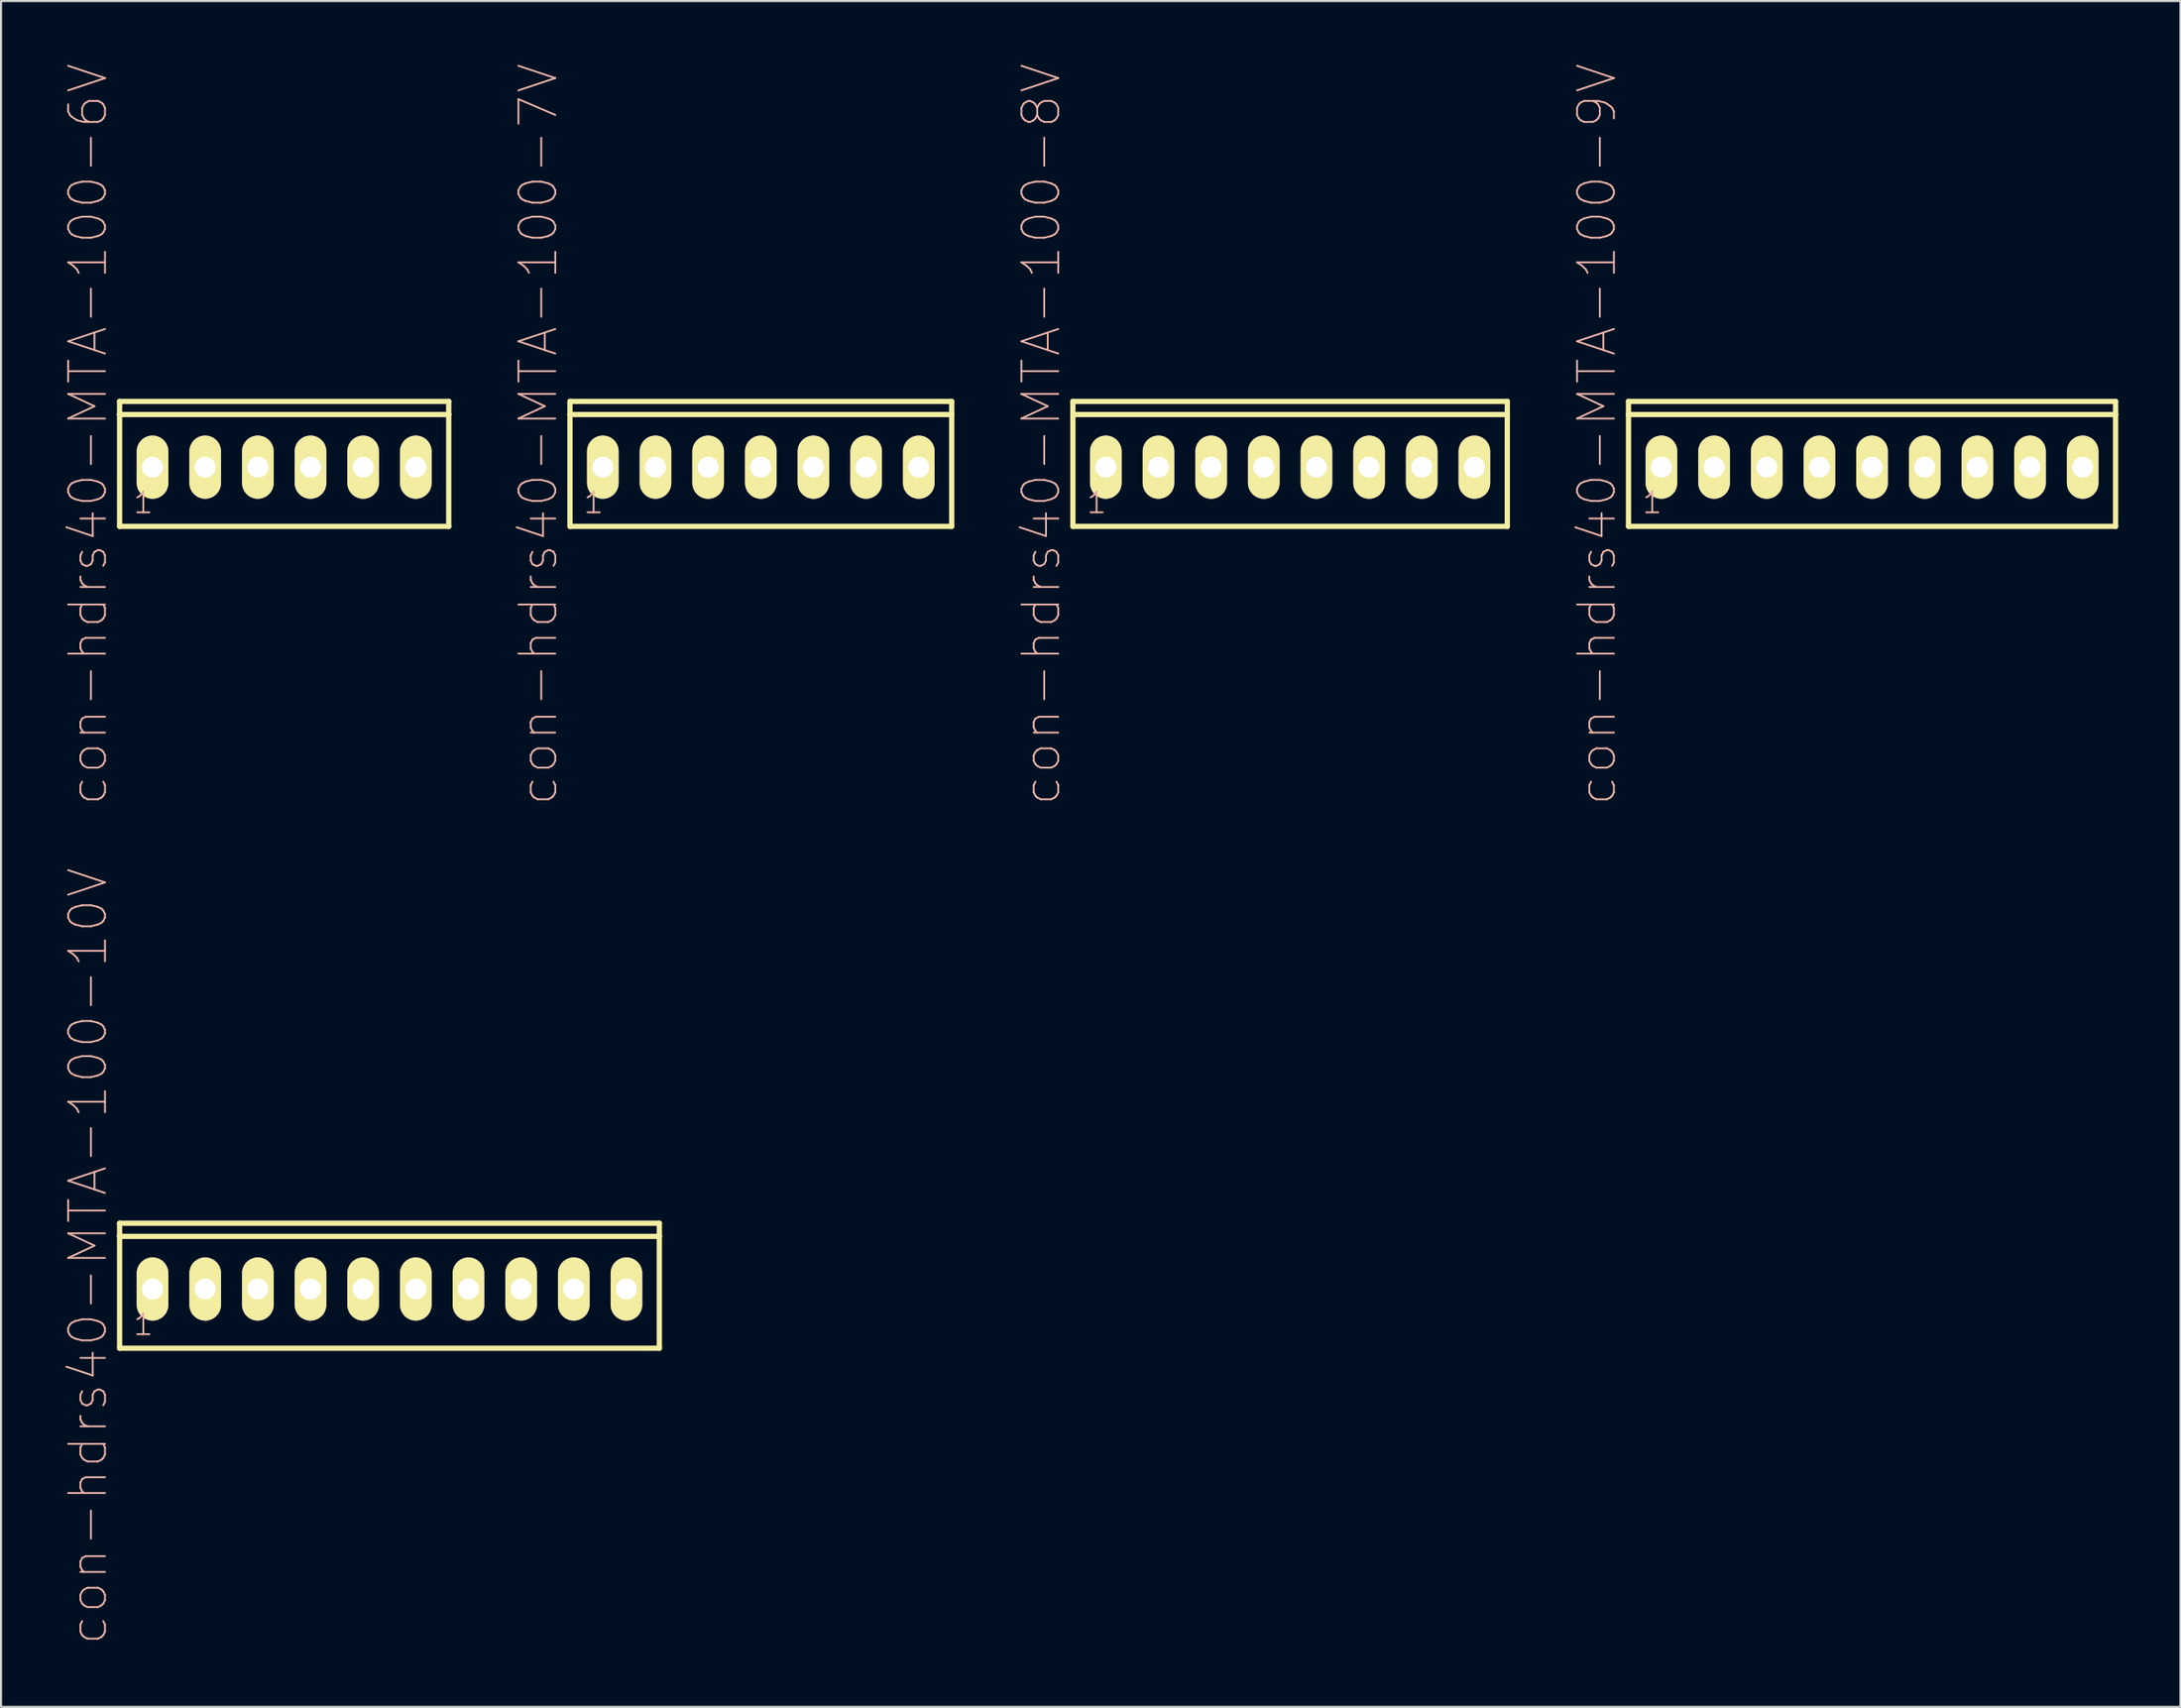
<source format=kicad_pcb>
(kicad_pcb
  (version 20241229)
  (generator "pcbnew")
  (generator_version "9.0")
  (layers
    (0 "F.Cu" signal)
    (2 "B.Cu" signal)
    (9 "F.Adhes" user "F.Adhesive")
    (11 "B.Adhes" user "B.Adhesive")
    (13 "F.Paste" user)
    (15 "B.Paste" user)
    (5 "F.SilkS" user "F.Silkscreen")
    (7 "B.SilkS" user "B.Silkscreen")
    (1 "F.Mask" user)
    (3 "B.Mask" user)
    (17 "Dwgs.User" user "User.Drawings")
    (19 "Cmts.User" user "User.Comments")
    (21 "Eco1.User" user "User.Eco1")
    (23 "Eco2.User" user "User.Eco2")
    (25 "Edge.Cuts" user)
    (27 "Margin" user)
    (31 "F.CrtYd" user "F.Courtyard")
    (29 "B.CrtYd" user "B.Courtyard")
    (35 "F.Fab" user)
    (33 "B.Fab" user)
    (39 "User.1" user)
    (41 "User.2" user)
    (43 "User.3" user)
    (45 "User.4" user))
  (footprint "con-hdrs40-MTA-100-10V"
    (layer "F.Cu")
    (at 15.738 59.149)
    (property "Reference" "con-hdrs40-MTA-100-10V" (at -14.541 -1.587 90) (layer "B.SilkS") (effects (font (size 1.778 1.778) (thickness 0.089))))
    (attr exclude_from_pos_files exclude_from_bom)
    (fp_line (start -13.018 -3.175) (end -13.018 -2.54) (stroke (width 0.254) (type solid)) (layer "F.SilkS"))
    (fp_line (start -13.018 -2.54) (end -13.018 2.857) (stroke (width 0.254) (type solid)) (layer "F.SilkS"))
    (fp_line (start -13.018 2.857) (end 13.018 2.857) (stroke (width 0.254) (type solid)) (layer "F.SilkS"))
    (fp_line (start 13.018 -3.175) (end -13.018 -3.175) (stroke (width 0.254) (type solid)) (layer "F.SilkS"))
    (fp_line (start 13.018 -2.54) (end -13.018 -2.54) (stroke (width 0.254) (type solid)) (layer "F.SilkS"))
    (fp_line (start 13.018 -2.54) (end 13.018 -3.175) (stroke (width 0.254) (type solid)) (layer "F.SilkS"))
    (fp_line (start 13.018 2.857) (end 13.018 -2.54) (stroke (width 0.254) (type solid)) (layer "F.SilkS"))
    (fp_text user "1" (at -11.874 1.714 0) (layer "B.SilkS") (effects (font (size 1.016 1.016) (thickness 0.089))))
    (pad "1" thru_hole oval (at -11.43 0) (size 1.524 3.048) (drill 1.016) (layers "*.Cu" "F.Mask" "F.SilkS" "F.Paste"))
    (pad "2" thru_hole oval (at -8.89 0) (size 1.524 3.048) (drill 1.016) (layers "*.Cu" "F.Mask" "F.SilkS" "F.Paste"))
    (pad "3" thru_hole oval (at -6.35 0) (size 1.524 3.048) (drill 1.016) (layers "*.Cu" "F.Mask" "F.SilkS" "F.Paste"))
    (pad "4" thru_hole oval (at -3.81 0) (size 1.524 3.048) (drill 1.016) (layers "*.Cu" "F.Mask" "F.SilkS" "F.Paste"))
    (pad "5" thru_hole oval (at -1.27 0) (size 1.524 3.048) (drill 1.016) (layers "*.Cu" "F.Mask" "F.SilkS" "F.Paste"))
    (pad "6" thru_hole oval (at 1.27 0) (size 1.524 3.048) (drill 1.016) (layers "*.Cu" "F.Mask" "F.SilkS" "F.Paste"))
    (pad "7" thru_hole oval (at 3.81 0) (size 1.524 3.048) (drill 1.016) (layers "*.Cu" "F.Mask" "F.SilkS" "F.Paste"))
    (pad "8" thru_hole oval (at 6.35 0) (size 1.524 3.048) (drill 1.016) (layers "*.Cu" "F.Mask" "F.SilkS" "F.Paste"))
    (pad "9" thru_hole oval (at 8.89 0) (size 1.524 3.048) (drill 1.016) (layers "*.Cu" "F.Mask" "F.SilkS" "F.Paste"))
    (pad "10" thru_hole oval (at 11.43 0) (size 1.524 3.048) (drill 1.016) (layers "*.Cu" "F.Mask" "F.SilkS" "F.Paste")))
  (footprint "con-hdrs40-MTA-100-6V"
    (layer "F.Cu")
    (at 10.658 19.492)
    (property "Reference" "con-hdrs40-MTA-100-6V" (at -9.461 -1.587 90) (layer "B.SilkS") (effects (font (size 1.778 1.778) (thickness 0.089))))
    (attr exclude_from_pos_files exclude_from_bom)
    (fp_line (start -7.938 -3.175) (end -7.938 -2.54) (stroke (width 0.254) (type solid)) (layer "F.SilkS"))
    (fp_line (start -7.938 -2.54) (end -7.938 2.857) (stroke (width 0.254) (type solid)) (layer "F.SilkS"))
    (fp_line (start -7.938 2.857) (end 7.938 2.857) (stroke (width 0.254) (type solid)) (layer "F.SilkS"))
    (fp_line (start 7.938 -3.175) (end -7.938 -3.175) (stroke (width 0.254) (type solid)) (layer "F.SilkS"))
    (fp_line (start 7.938 -2.54) (end -7.938 -2.54) (stroke (width 0.254) (type solid)) (layer "F.SilkS"))
    (fp_line (start 7.938 -2.54) (end 7.938 -3.175) (stroke (width 0.254) (type solid)) (layer "F.SilkS"))
    (fp_line (start 7.938 2.857) (end 7.938 -2.54) (stroke (width 0.254) (type solid)) (layer "F.SilkS"))
    (fp_text user "1" (at -6.795 1.714 0) (layer "B.SilkS") (effects (font (size 1.016 1.016) (thickness 0.089))))
    (pad "1" thru_hole oval (at -6.35 0) (size 1.524 3.048) (drill 1.016) (layers "*.Cu" "F.Mask" "F.SilkS" "F.Paste"))
    (pad "2" thru_hole oval (at -3.81 0) (size 1.524 3.048) (drill 1.016) (layers "*.Cu" "F.Mask" "F.SilkS" "F.Paste"))
    (pad "3" thru_hole oval (at -1.27 0) (size 1.524 3.048) (drill 1.016) (layers "*.Cu" "F.Mask" "F.SilkS" "F.Paste"))
    (pad "4" thru_hole oval (at 1.27 0) (size 1.524 3.048) (drill 1.016) (layers "*.Cu" "F.Mask" "F.SilkS" "F.Paste"))
    (pad "5" thru_hole oval (at 3.81 0) (size 1.524 3.048) (drill 1.016) (layers "*.Cu" "F.Mask" "F.SilkS" "F.Paste"))
    (pad "6" thru_hole oval (at 6.35 0) (size 1.524 3.048) (drill 1.016) (layers "*.Cu" "F.Mask" "F.SilkS" "F.Paste")))
  (footprint "con-hdrs40-MTA-100-8V"
    (layer "F.Cu")
    (at 59.182 19.492)
    (property "Reference" "con-hdrs40-MTA-100-8V" (at -12.002 -1.587 90) (layer "B.SilkS") (effects (font (size 1.778 1.778) (thickness 0.089))))
    (attr exclude_from_pos_files exclude_from_bom)
    (fp_line (start -10.477 -3.175) (end -10.477 -2.54) (stroke (width 0.254) (type solid)) (layer "F.SilkS"))
    (fp_line (start -10.477 -2.54) (end -10.477 2.857) (stroke (width 0.254) (type solid)) (layer "F.SilkS"))
    (fp_line (start -10.477 2.857) (end 10.477 2.857) (stroke (width 0.254) (type solid)) (layer "F.SilkS"))
    (fp_line (start 10.477 -3.175) (end -10.477 -3.175) (stroke (width 0.254) (type solid)) (layer "F.SilkS"))
    (fp_line (start 10.477 -2.54) (end -10.477 -2.54) (stroke (width 0.254) (type solid)) (layer "F.SilkS"))
    (fp_line (start 10.477 -2.54) (end 10.477 -3.175) (stroke (width 0.254) (type solid)) (layer "F.SilkS"))
    (fp_line (start 10.477 2.857) (end 10.477 -2.54) (stroke (width 0.254) (type solid)) (layer "F.SilkS"))
    (fp_text user "1" (at -9.335 1.714 0) (layer "B.SilkS") (effects (font (size 1.016 1.016) (thickness 0.089))))
    (pad "1" thru_hole oval (at -8.89 0) (size 1.524 3.048) (drill 1.016) (layers "*.Cu" "F.Mask" "F.SilkS" "F.Paste"))
    (pad "2" thru_hole oval (at -6.35 0) (size 1.524 3.048) (drill 1.016) (layers "*.Cu" "F.Mask" "F.SilkS" "F.Paste"))
    (pad "3" thru_hole oval (at -3.81 0) (size 1.524 3.048) (drill 1.016) (layers "*.Cu" "F.Mask" "F.SilkS" "F.Paste"))
    (pad "4" thru_hole oval (at -1.27 0) (size 1.524 3.048) (drill 1.016) (layers "*.Cu" "F.Mask" "F.SilkS" "F.Paste"))
    (pad "5" thru_hole oval (at 1.27 0) (size 1.524 3.048) (drill 1.016) (layers "*.Cu" "F.Mask" "F.SilkS" "F.Paste"))
    (pad "6" thru_hole oval (at 3.81 0) (size 1.524 3.048) (drill 1.016) (layers "*.Cu" "F.Mask" "F.SilkS" "F.Paste"))
    (pad "7" thru_hole oval (at 6.35 0) (size 1.524 3.048) (drill 1.016) (layers "*.Cu" "F.Mask" "F.SilkS" "F.Paste"))
    (pad "8" thru_hole oval (at 8.89 0) (size 1.524 3.048) (drill 1.016) (layers "*.Cu" "F.Mask" "F.SilkS" "F.Paste")))
  (footprint "con-hdrs40-MTA-100-7V"
    (layer "F.Cu")
    (at 33.65 19.492)
    (property "Reference" "con-hdrs40-MTA-100-7V" (at -10.732 -1.587 90) (layer "B.SilkS") (effects (font (size 1.778 1.778) (thickness 0.089))))
    (attr exclude_from_pos_files exclude_from_bom)
    (fp_line (start -9.207 -3.175) (end -9.207 -2.54) (stroke (width 0.254) (type solid)) (layer "F.SilkS"))
    (fp_line (start -9.207 -2.54) (end -9.207 2.857) (stroke (width 0.254) (type solid)) (layer "F.SilkS"))
    (fp_line (start -9.207 2.857) (end 9.207 2.857) (stroke (width 0.254) (type solid)) (layer "F.SilkS"))
    (fp_line (start 9.207 -3.175) (end -9.207 -3.175) (stroke (width 0.254) (type solid)) (layer "F.SilkS"))
    (fp_line (start 9.207 -2.54) (end -9.207 -2.54) (stroke (width 0.254) (type solid)) (layer "F.SilkS"))
    (fp_line (start 9.207 -2.54) (end 9.207 -3.175) (stroke (width 0.254) (type solid)) (layer "F.SilkS"))
    (fp_line (start 9.207 2.857) (end 9.207 -2.54) (stroke (width 0.254) (type solid)) (layer "F.SilkS"))
    (fp_text user "1" (at -8.065 1.714 0) (layer "B.SilkS") (effects (font (size 1.016 1.016) (thickness 0.089))))
    (pad "1" thru_hole oval (at -7.62 0) (size 1.524 3.048) (drill 1.016) (layers "*.Cu" "F.Mask" "F.SilkS" "F.Paste"))
    (pad "2" thru_hole oval (at -5.08 0) (size 1.524 3.048) (drill 1.016) (layers "*.Cu" "F.Mask" "F.SilkS" "F.Paste"))
    (pad "3" thru_hole oval (at -2.54 0) (size 1.524 3.048) (drill 1.016) (layers "*.Cu" "F.Mask" "F.SilkS" "F.Paste"))
    (pad "4" thru_hole oval (at 0 0) (size 1.524 3.048) (drill 1.016) (layers "*.Cu" "F.Mask" "F.SilkS" "F.Paste"))
    (pad "5" thru_hole oval (at 2.54 0) (size 1.524 3.048) (drill 1.016) (layers "*.Cu" "F.Mask" "F.SilkS" "F.Paste"))
    (pad "6" thru_hole oval (at 5.08 0) (size 1.524 3.048) (drill 1.016) (layers "*.Cu" "F.Mask" "F.SilkS" "F.Paste"))
    (pad "7" thru_hole oval (at 7.62 0) (size 1.524 3.048) (drill 1.016) (layers "*.Cu" "F.Mask" "F.SilkS" "F.Paste")))
  (footprint "con-hdrs40-MTA-100-9V"
    (layer "F.Cu")
    (at 87.254 19.492)
    (property "Reference" "con-hdrs40-MTA-100-9V" (at -13.271 -1.587 90) (layer "B.SilkS") (effects (font (size 1.778 1.778) (thickness 0.089))))
    (attr exclude_from_pos_files exclude_from_bom)
    (fp_line (start -11.748 -3.175) (end -11.748 -2.54) (stroke (width 0.254) (type solid)) (layer "F.SilkS"))
    (fp_line (start -11.748 -2.54) (end -11.748 2.857) (stroke (width 0.254) (type solid)) (layer "F.SilkS"))
    (fp_line (start -11.748 2.857) (end 11.748 2.857) (stroke (width 0.254) (type solid)) (layer "F.SilkS"))
    (fp_line (start 11.748 -3.175) (end -11.748 -3.175) (stroke (width 0.254) (type solid)) (layer "F.SilkS"))
    (fp_line (start 11.748 -2.54) (end -11.748 -2.54) (stroke (width 0.254) (type solid)) (layer "F.SilkS"))
    (fp_line (start 11.748 -2.54) (end 11.748 -3.175) (stroke (width 0.254) (type solid)) (layer "F.SilkS"))
    (fp_line (start 11.748 2.857) (end 11.748 -2.54) (stroke (width 0.254) (type solid)) (layer "F.SilkS"))
    (fp_text user "1" (at -10.604 1.714 0) (layer "B.SilkS") (effects (font (size 1.016 1.016) (thickness 0.089))))
    (pad "1" thru_hole oval (at -10.16 0) (size 1.524 3.048) (drill 1.016) (layers "*.Cu" "F.Mask" "F.SilkS" "F.Paste"))
    (pad "2" thru_hole oval (at -7.62 0) (size 1.524 3.048) (drill 1.016) (layers "*.Cu" "F.Mask" "F.SilkS" "F.Paste"))
    (pad "3" thru_hole oval (at -5.08 0) (size 1.524 3.048) (drill 1.016) (layers "*.Cu" "F.Mask" "F.SilkS" "F.Paste"))
    (pad "4" thru_hole oval (at -2.54 0) (size 1.524 3.048) (drill 1.016) (layers "*.Cu" "F.Mask" "F.SilkS" "F.Paste"))
    (pad "5" thru_hole oval (at 0 0) (size 1.524 3.048) (drill 1.016) (layers "*.Cu" "F.Mask" "F.SilkS" "F.Paste"))
    (pad "6" thru_hole oval (at 2.54 0) (size 1.524 3.048) (drill 1.016) (layers "*.Cu" "F.Mask" "F.SilkS" "F.Paste"))
    (pad "7" thru_hole oval (at 5.08 0) (size 1.524 3.048) (drill 1.016) (layers "*.Cu" "F.Mask" "F.SilkS" "F.Paste"))
    (pad "8" thru_hole oval (at 7.62 0) (size 1.524 3.048) (drill 1.016) (layers "*.Cu" "F.Mask" "F.SilkS" "F.Paste"))
    (pad "9" thru_hole oval (at 10.16 0) (size 1.524 3.048) (drill 1.016) (layers "*.Cu" "F.Mask" "F.SilkS" "F.Paste")))
  (gr_rect
    (start -3 -3)
    (end 102.129 79.313)
    (stroke (width 0.1) (type default))
    (fill no)
    (layer "Edge.Cuts")))
</source>
